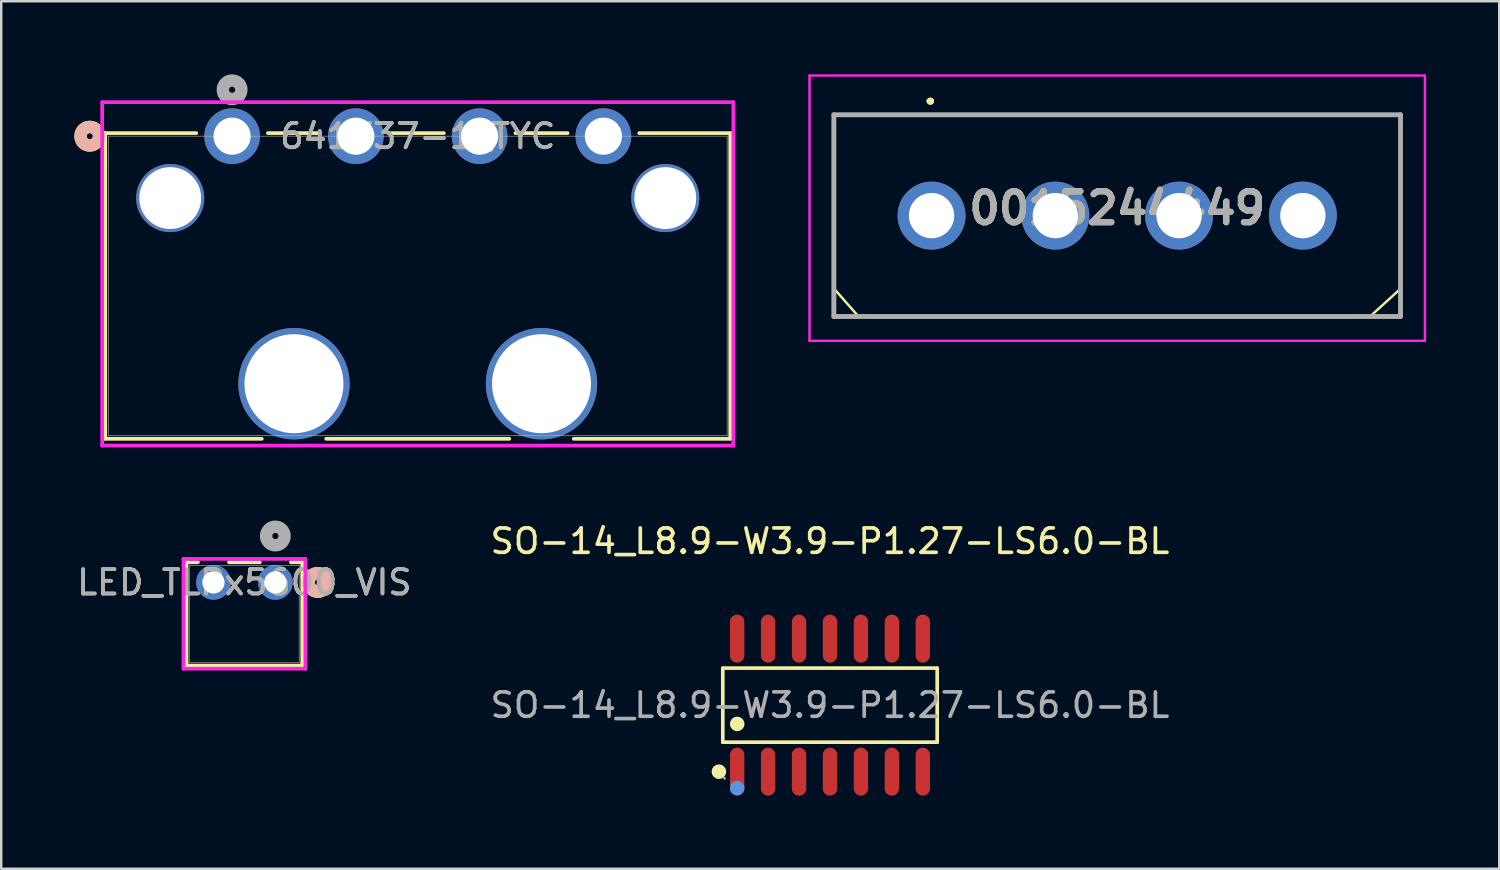
<source format=kicad_pcb>
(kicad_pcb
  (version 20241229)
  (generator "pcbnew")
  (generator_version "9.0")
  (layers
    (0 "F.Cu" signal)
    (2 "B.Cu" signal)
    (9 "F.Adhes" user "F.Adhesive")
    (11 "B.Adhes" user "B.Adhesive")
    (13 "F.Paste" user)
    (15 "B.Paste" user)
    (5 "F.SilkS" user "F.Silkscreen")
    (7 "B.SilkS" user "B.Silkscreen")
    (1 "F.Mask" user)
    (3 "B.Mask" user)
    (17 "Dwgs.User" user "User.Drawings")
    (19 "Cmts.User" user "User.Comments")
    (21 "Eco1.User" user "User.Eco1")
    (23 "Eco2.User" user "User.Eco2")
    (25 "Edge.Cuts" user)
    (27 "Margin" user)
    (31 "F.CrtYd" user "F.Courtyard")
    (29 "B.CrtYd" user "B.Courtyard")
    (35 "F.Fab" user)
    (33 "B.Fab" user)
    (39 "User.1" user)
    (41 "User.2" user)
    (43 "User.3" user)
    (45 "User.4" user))
  (footprint "0015244449"
    (layer "F.Cu")
    (at 35.187 5.8)
    (property "Reference" "0015244449" (at 7.62 -0.305 0) (layer "F.SilkS") (effects (font (size 1.27 1.27) (thickness 0.254))))
    (attr through_hole)
    (fp_line (start -4.01 -4.14) (end 19.25 -4.14) (stroke (width 0.1) (type solid)) (layer "F.SilkS"))
    (fp_line (start -4.01 4.14) (end -4.01 -4.14) (stroke (width 0.1) (type solid)) (layer "F.SilkS"))
    (fp_line (start -4 3) (end -3 4.14) (stroke (width 0.1) (type solid)) (layer "F.SilkS"))
    (fp_line (start -0.1 -4.7) (end -0.1 -4.7) (stroke (width 0.2) (type solid)) (layer "F.SilkS"))
    (fp_line (start -0.1 -4.7) (end -0.1 -4.7) (stroke (width 0.2) (type solid)) (layer "F.SilkS"))
    (fp_line (start 0 -4.7) (end 0 -4.7) (stroke (width 0.2) (type solid)) (layer "F.SilkS"))
    (fp_line (start 19.25 -4.14) (end 19.25 4.14) (stroke (width 0.1) (type solid)) (layer "F.SilkS"))
    (fp_line (start 19.25 3) (end 18 4.14) (stroke (width 0.1) (type solid)) (layer "F.SilkS"))
    (fp_line (start 19.25 4.14) (end -4.01 4.14) (stroke (width 0.1) (type solid)) (layer "F.SilkS"))
    (fp_arc (start -0.1 -4.7) (mid -0.05 -4.75) (end 0 -4.7) (stroke (width 0.2) (type solid)) (layer "F.SilkS"))
    (fp_arc (start 0 -4.7) (mid -0.05 -4.65) (end -0.1 -4.7) (stroke (width 0.2) (type solid)) (layer "F.SilkS"))
    (fp_arc (start 0 -4.7) (mid -0.05 -4.65) (end -0.1 -4.7) (stroke (width 0.2) (type solid)) (layer "F.SilkS"))
    (fp_line (start -5.01 -5.75) (end 20.25 -5.75) (stroke (width 0.1) (type solid)) (layer "F.CrtYd"))
    (fp_line (start -5.01 5.14) (end -5.01 -5.75) (stroke (width 0.1) (type solid)) (layer "F.CrtYd"))
    (fp_line (start 20.25 -5.75) (end 20.25 5.14) (stroke (width 0.1) (type solid)) (layer "F.CrtYd"))
    (fp_line (start 20.25 5.14) (end -5.01 5.14) (stroke (width 0.1) (type solid)) (layer "F.CrtYd"))
    (fp_line (start -4.01 -4.14) (end -4.01 4.14) (stroke (width 0.2) (type solid)) (layer "F.Fab"))
    (fp_line (start -4.01 4.14) (end 19.25 4.14) (stroke (width 0.2) (type solid)) (layer "F.Fab"))
    (fp_line (start 19.25 -4.14) (end -4.01 -4.14) (stroke (width 0.2) (type solid)) (layer "F.Fab"))
    (fp_line (start 19.25 4.14) (end 19.25 -4.14) (stroke (width 0.2) (type solid)) (layer "F.Fab"))
    (fp_text user "${REFERENCE}" (at 7.62 -0.305 0) (layer "F.Fab") (effects (font (size 1.27 1.27) (thickness 0.254))))
    (pad "1" thru_hole circle (at 0 0) (size 2.79 2.79) (drill 1.86) (layers "*.Cu" "*.Mask"))
    (pad "2" thru_hole circle (at 5.08 0) (size 2.79 2.79) (drill 1.86) (layers "*.Cu" "*.Mask"))
    (pad "3" thru_hole circle (at 10.16 0) (size 2.79 2.79) (drill 1.86) (layers "*.Cu" "*.Mask"))
    (pad "4" thru_hole circle (at 15.24 0) (size 2.79 2.79) (drill 1.86) (layers "*.Cu" "*.Mask")))
  (footprint "641737-1_TYC"
    (layer "F.Cu")
    (at 6.477 2.54)
    (property "Reference" "641737-1_TYC" (at 7.62 0 0) (unlocked yes) (layer "F.SilkS") (effects (font (size 1 1) (thickness 0.15))))
    (attr through_hole)
    (fp_line (start -5.207 -0.127) (end -5.207 12.421) (stroke (width 0.152) (type solid)) (layer "F.SilkS"))
    (fp_line (start -5.207 12.421) (end 1.218 12.421) (stroke (width 0.152) (type solid)) (layer "F.SilkS"))
    (fp_line (start -1.47 -0.127) (end -5.207 -0.127) (stroke (width 0.152) (type solid)) (layer "F.SilkS"))
    (fp_line (start 3.61 -0.127) (end 1.47 -0.127) (stroke (width 0.152) (type solid)) (layer "F.SilkS"))
    (fp_line (start 3.862 12.421) (end 11.378 12.421) (stroke (width 0.152) (type solid)) (layer "F.SilkS"))
    (fp_line (start 8.69 -0.127) (end 6.55 -0.127) (stroke (width 0.152) (type solid)) (layer "F.SilkS"))
    (fp_line (start 13.77 -0.127) (end 11.63 -0.127) (stroke (width 0.152) (type solid)) (layer "F.SilkS"))
    (fp_line (start 14.022 12.421) (end 20.447 12.421) (stroke (width 0.152) (type solid)) (layer "F.SilkS"))
    (fp_line (start 20.447 -0.127) (end 16.71 -0.127) (stroke (width 0.152) (type solid)) (layer "F.SilkS"))
    (fp_line (start 20.447 12.421) (end 20.447 -0.127) (stroke (width 0.152) (type solid)) (layer "F.SilkS"))
    (fp_circle (center -5.842 0) (end -5.461 0) (stroke (width 0.508) (type solid)) (fill no) (layer "F.SilkS"))
    (fp_circle (center -5.842 0) (end -5.461 0) (stroke (width 0.508) (type solid)) (fill no) (layer "B.SilkS"))
    (fp_line (start -5.334 -1.397) (end -5.334 12.7) (stroke (width 0.152) (type solid)) (layer "F.CrtYd"))
    (fp_line (start -5.334 12.7) (end 20.574 12.7) (stroke (width 0.152) (type solid)) (layer "F.CrtYd"))
    (fp_line (start 20.574 -1.397) (end -5.334 -1.397) (stroke (width 0.152) (type solid)) (layer "F.CrtYd"))
    (fp_line (start 20.574 12.7) (end 20.574 -1.397) (stroke (width 0.152) (type solid)) (layer "F.CrtYd"))
    (fp_line (start -5.08 0) (end -5.08 12.294) (stroke (width 0.025) (type solid)) (layer "F.Fab"))
    (fp_line (start -5.08 12.294) (end 20.32 12.294) (stroke (width 0.025) (type solid)) (layer "F.Fab"))
    (fp_line (start 20.32 0) (end -5.08 0) (stroke (width 0.025) (type solid)) (layer "F.Fab"))
    (fp_line (start 20.32 12.294) (end 20.32 0) (stroke (width 0.025) (type solid)) (layer "F.Fab"))
    (fp_circle (center 0 -1.905) (end 0.381 -1.905) (stroke (width 0.508) (type solid)) (fill no) (layer "F.Fab"))
    (fp_text user "${REFERENCE}" (at 7.62 0 0) (unlocked yes) (layer "F.Fab") (effects (font (size 1 1) (thickness 0.15))))
    (pad "1" thru_hole circle (at 0 0) (size 2.286 2.286) (drill 1.524) (layers "*.Cu" "*.Mask"))
    (pad "2" thru_hole circle (at 5.08 0) (size 2.286 2.286) (drill 1.524) (layers "*.Cu" "*.Mask"))
    (pad "3" thru_hole circle (at 10.16 0) (size 2.286 2.286) (drill 1.524) (layers "*.Cu" "*.Mask"))
    (pad "4" thru_hole circle (at 15.24 0) (size 2.286 2.286) (drill 1.524) (layers "*.Cu" "*.Mask"))
    (pad "5" thru_hole circle (at -2.54 2.54) (size 2.794 2.794) (drill 2.54) (layers "*.Cu" "*.Mask"))
    (pad "6" thru_hole circle (at 17.78 2.54) (size 2.794 2.794) (drill 2.54) (layers "*.Cu" "*.Mask"))
    (pad "7" thru_hole circle (at 2.54 10.16) (size 4.572 4.572) (drill 4.064) (layers "*.Cu" "*.Mask"))
    (pad "8" thru_hole circle (at 12.7 10.16) (size 4.572 4.572) (drill 4.064) (layers "*.Cu" "*.Mask")))
  (footprint "LED_TLPx5600_VIS"
    (layer "F.Cu")
    (at 8.252 20.856)
    (property "Reference" "LED_TLPx5600_VIS" (at -1.27 0 0) (unlocked yes) (layer "F.SilkS") (effects (font (size 1 1) (thickness 0.15))))
    (attr through_hole)
    (fp_line (start -3.645 -0.827) (end -3.645 3.415) (stroke (width 0.152) (type solid)) (layer "F.SilkS"))
    (fp_line (start -3.645 3.415) (end 1.105 3.415) (stroke (width 0.152) (type solid)) (layer "F.SilkS"))
    (fp_line (start -3.177 -0.827) (end -3.645 -0.827) (stroke (width 0.152) (type solid)) (layer "F.SilkS"))
    (fp_line (start -0.637 -0.827) (end -1.903 -0.827) (stroke (width 0.152) (type solid)) (layer "F.SilkS"))
    (fp_line (start 1.105 -0.827) (end 0.637 -0.827) (stroke (width 0.152) (type solid)) (layer "F.SilkS"))
    (fp_line (start 1.105 3.415) (end 1.105 -0.827) (stroke (width 0.152) (type solid)) (layer "F.SilkS"))
    (fp_circle (center 1.74 0) (end 2.121 0) (stroke (width 0.508) (type solid)) (fill no) (layer "F.SilkS"))
    (fp_circle (center 1.74 0) (end 2.121 0) (stroke (width 0.508) (type solid)) (fill no) (layer "B.SilkS"))
    (fp_line (start -3.772 -0.965) (end -3.772 3.542) (stroke (width 0.152) (type solid)) (layer "F.CrtYd"))
    (fp_line (start -3.772 3.542) (end 1.232 3.542) (stroke (width 0.152) (type solid)) (layer "F.CrtYd"))
    (fp_line (start 1.232 -0.965) (end -3.772 -0.965) (stroke (width 0.152) (type solid)) (layer "F.CrtYd"))
    (fp_line (start 1.232 3.542) (end 1.232 -0.965) (stroke (width 0.152) (type solid)) (layer "F.CrtYd"))
    (fp_line (start -3.518 -0.7) (end -3.518 3.288) (stroke (width 0.025) (type solid)) (layer "F.Fab"))
    (fp_line (start -3.518 3.288) (end 0.978 3.288) (stroke (width 0.025) (type solid)) (layer "F.Fab"))
    (fp_line (start 0.978 -0.7) (end -3.518 -0.7) (stroke (width 0.025) (type solid)) (layer "F.Fab"))
    (fp_line (start 0.978 3.288) (end 0.978 -0.7) (stroke (width 0.025) (type solid)) (layer "F.Fab"))
    (fp_circle (center 0 -1.905) (end 0.381 -1.905) (stroke (width 0.508) (type solid)) (fill no) (layer "F.Fab"))
    (fp_text user "${REFERENCE}" (at -1.27 0 0) (unlocked yes) (layer "F.Fab") (effects (font (size 1 1) (thickness 0.15))))
    (pad "1" thru_hole circle (at 0 0) (size 1.422 1.422) (drill 0.914) (layers "*.Cu" "*.Mask"))
    (pad "2" thru_hole circle (at -2.54 0) (size 1.422 1.422) (drill 0.914) (layers "*.Cu" "*.Mask")))
  (footprint "SO-14_L8.9-W3.9-P1.27-LS6.0-BL"
    (layer "F.Cu")
    (at 31.018 25.894)
    (property "Reference" "SO-14_L8.9-W3.9-P1.27-LS6.0-BL" (at 0 -6.73 0) (layer "F.SilkS") (effects (font (size 1 1) (thickness 0.15))))
    (attr smd)
    (fp_line (start -4.4 -1.52) (end 4.4 -1.52) (stroke (width 0.15) (type solid)) (layer "F.SilkS"))
    (fp_line (start -4.4 1.52) (end -4.4 -1.52) (stroke (width 0.15) (type solid)) (layer "F.SilkS"))
    (fp_line (start 4.4 -1.52) (end 4.4 1.52) (stroke (width 0.15) (type solid)) (layer "F.SilkS"))
    (fp_line (start 4.4 1.52) (end -4.4 1.52) (stroke (width 0.15) (type solid)) (layer "F.SilkS"))
    (fp_circle (center -4.56 2.73) (end -4.41 2.73) (stroke (width 0.3) (type solid)) (fill no) (layer "F.SilkS"))
    (fp_circle (center -3.81 0.77) (end -3.66 0.77) (stroke (width 0.3) (type solid)) (fill no) (layer "F.SilkS"))
    (fp_circle (center -3.81 3.4) (end -3.66 3.4) (stroke (width 0.3) (type solid)) (fill no) (layer "Cmts.User"))
    (fp_circle (center -4.33 3) (end -4.3 3) (stroke (width 0.06) (type solid)) (fill no) (layer "F.Fab"))
    (fp_text user "${REFERENCE}" (at 0 0 0) (layer "F.Fab") (effects (font (size 1 1) (thickness 0.15))))
    (pad "1" smd oval (at -3.81 2.73) (size 0.59 1.97) (layers "F.Cu" "F.Mask" "F.Paste"))
    (pad "2" smd oval (at -2.54 2.73) (size 0.59 1.97) (layers "F.Cu" "F.Mask" "F.Paste"))
    (pad "3" smd oval (at -1.27 2.73) (size 0.59 1.97) (layers "F.Cu" "F.Mask" "F.Paste"))
    (pad "4" smd oval (at 0 2.73) (size 0.59 1.97) (layers "F.Cu" "F.Mask" "F.Paste"))
    (pad "5" smd oval (at 1.27 2.73) (size 0.59 1.97) (layers "F.Cu" "F.Mask" "F.Paste"))
    (pad "6" smd oval (at 2.54 2.73) (size 0.59 1.97) (layers "F.Cu" "F.Mask" "F.Paste"))
    (pad "7" smd oval (at 3.81 2.73) (size 0.59 1.97) (layers "F.Cu" "F.Mask" "F.Paste"))
    (pad "8" smd oval (at 3.81 -2.73) (size 0.59 1.97) (layers "F.Cu" "F.Mask" "F.Paste"))
    (pad "9" smd oval (at 2.54 -2.73) (size 0.59 1.97) (layers "F.Cu" "F.Mask" "F.Paste"))
    (pad "10" smd oval (at 1.27 -2.73) (size 0.59 1.97) (layers "F.Cu" "F.Mask" "F.Paste"))
    (pad "11" smd oval (at 0 -2.73) (size 0.59 1.97) (layers "F.Cu" "F.Mask" "F.Paste"))
    (pad "12" smd oval (at -1.27 -2.73) (size 0.59 1.97) (layers "F.Cu" "F.Mask" "F.Paste"))
    (pad "13" smd oval (at -2.54 -2.73) (size 0.59 1.97) (layers "F.Cu" "F.Mask" "F.Paste"))
    (pad "14" smd oval (at -3.81 -2.73) (size 0.59 1.97) (layers "F.Cu" "F.Mask" "F.Paste")))
  (gr_rect
    (start -3 -3)
    (end 58.487 32.609)
    (stroke (width 0.1) (type default))
    (fill no)
    (layer "Edge.Cuts")))
</source>
